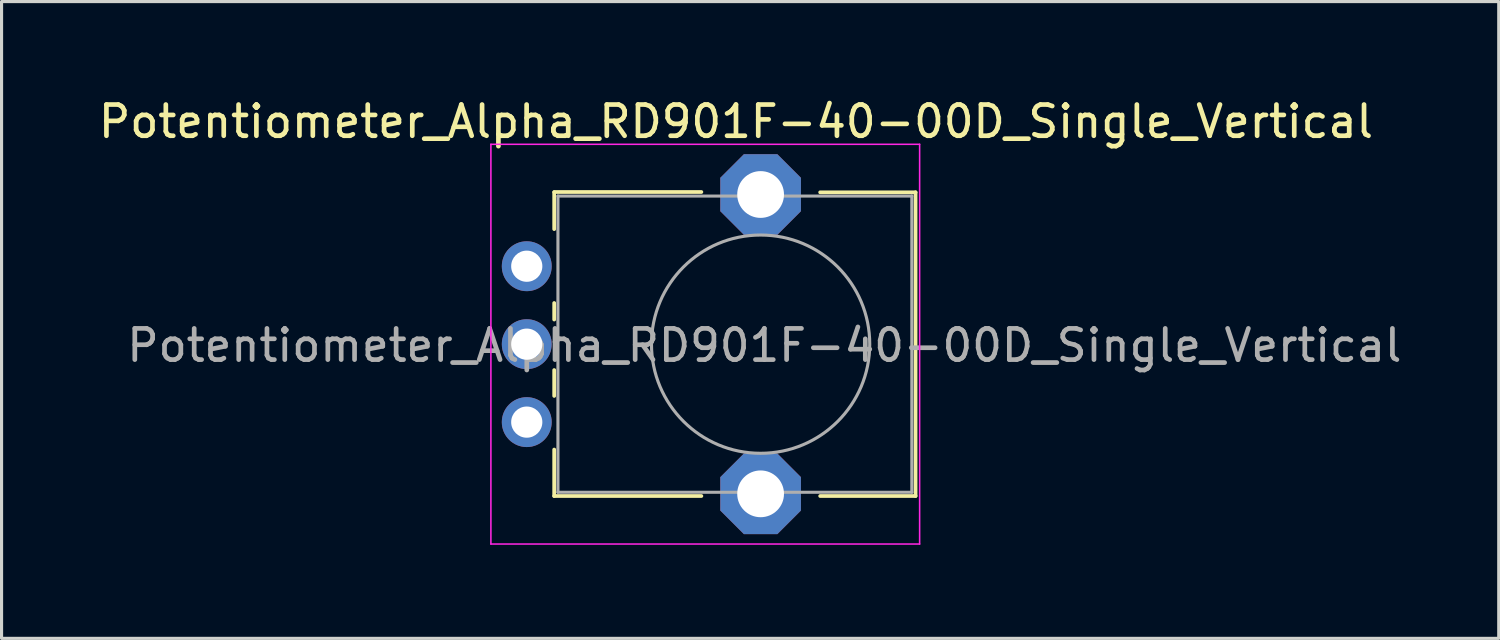
<source format=kicad_pcb>
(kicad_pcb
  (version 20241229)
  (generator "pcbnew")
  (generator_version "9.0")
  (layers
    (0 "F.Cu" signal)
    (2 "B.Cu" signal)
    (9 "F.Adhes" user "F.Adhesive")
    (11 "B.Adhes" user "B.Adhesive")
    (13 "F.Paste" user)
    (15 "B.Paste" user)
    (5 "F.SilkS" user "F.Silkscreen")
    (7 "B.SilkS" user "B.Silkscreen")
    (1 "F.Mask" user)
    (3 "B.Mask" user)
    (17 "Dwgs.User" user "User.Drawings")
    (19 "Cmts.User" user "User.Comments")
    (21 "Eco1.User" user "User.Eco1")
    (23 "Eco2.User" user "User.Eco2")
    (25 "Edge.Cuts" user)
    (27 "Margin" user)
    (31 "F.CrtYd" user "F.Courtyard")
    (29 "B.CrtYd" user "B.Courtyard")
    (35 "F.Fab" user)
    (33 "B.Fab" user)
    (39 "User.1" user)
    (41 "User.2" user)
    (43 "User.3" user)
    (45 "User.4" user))
  (footprint "Potentiometer_Alpha_RD901F-40-00D_Single_Vertical"
    (layer "F.Cu")
    (at 13.844 5.488)
    (property "Reference" "Potentiometer_Alpha_RD901F-40-00D_Single_Vertical" (at 6.71 -4.64 180) (layer "F.SilkS") (effects (font (size 1 1) (thickness 0.15))))
    (attr through_hole)
    (fp_line (start 0.88 -2.38) (end 5.6 -2.38) (stroke (width 0.12) (type solid)) (layer "F.SilkS"))
    (fp_line (start 0.88 -1.19) (end 0.88 -2.37) (stroke (width 0.12) (type solid)) (layer "F.SilkS"))
    (fp_line (start 0.88 1.71) (end 0.88 1.18) (stroke (width 0.12) (type solid)) (layer "F.SilkS"))
    (fp_line (start 0.88 4.16) (end 0.88 3.33) (stroke (width 0.12) (type solid)) (layer "F.SilkS"))
    (fp_line (start 0.88 7.37) (end 0.88 5.88) (stroke (width 0.12) (type solid)) (layer "F.SilkS"))
    (fp_line (start 0.88 7.37) (end 5.6 7.37) (stroke (width 0.12) (type solid)) (layer "F.SilkS"))
    (fp_line (start 9.41 -2.37) (end 12.47 -2.37) (stroke (width 0.12) (type solid)) (layer "F.SilkS"))
    (fp_line (start 9.41 7.37) (end 12.47 7.37) (stroke (width 0.12) (type solid)) (layer "F.SilkS"))
    (fp_line (start 12.47 7.37) (end 12.47 -2.37) (stroke (width 0.12) (type solid)) (layer "F.SilkS"))
    (fp_line (start -1.15 -3.91) (end -1.15 8.91) (stroke (width 0.05) (type solid)) (layer "F.CrtYd"))
    (fp_line (start -1.15 8.91) (end 12.6 8.91) (stroke (width 0.05) (type solid)) (layer "F.CrtYd"))
    (fp_line (start 12.6 -3.91) (end -1.15 -3.91) (stroke (width 0.05) (type solid)) (layer "F.CrtYd"))
    (fp_line (start 12.6 8.91) (end 12.6 -3.91) (stroke (width 0.05) (type solid)) (layer "F.CrtYd"))
    (fp_line (start 1 -2.25) (end 12.35 -2.25) (stroke (width 0.1) (type solid)) (layer "F.Fab"))
    (fp_line (start 1 7.25) (end 1 -2.25) (stroke (width 0.1) (type solid)) (layer "F.Fab"))
    (fp_line (start 1 7.25) (end 12.35 7.25) (stroke (width 0.1) (type solid)) (layer "F.Fab"))
    (fp_line (start 12.35 7.25) (end 12.35 -2.25) (stroke (width 0.1) (type solid)) (layer "F.Fab"))
    (fp_circle (center 7.5 2.5) (end 7.5 -1) (stroke (width 0.1) (type solid)) (fill no) (layer "F.Fab"))
    (fp_text user "${REFERENCE}" (at 7.62 2.54 0) (layer "F.Fab") (effects (font (size 1 1) (thickness 0.15))))
    (pad "" thru_hole custom (at 7.5 -2.3 22.5) (size 1.6 1.6) (drill 1.5) (layers "*.Cu" "*.Mask") (options (anchor circle)) (primitives (gr_poly (pts (xy 1.4 0) (xy 0.99 0.99) (xy 0 1.4) (xy -0.99 0.99) (xy -1.4 0) (xy -0.99 -0.99) (xy 0 -1.4) (xy 0.99 -0.99)) (width 0) (fill yes))))
    (pad "" thru_hole custom (at 7.5 7.3 22.5) (size 1.6 1.6) (drill 1.5) (layers "*.Cu" "*.Mask") (options (anchor circle)) (primitives (gr_poly (pts (xy 1.4 0) (xy 0.99 0.99) (xy 0 1.4) (xy -0.99 0.99) (xy -1.4 0) (xy -0.99 -0.99) (xy 0 -1.4) (xy 0.99 -0.99)) (width 0) (fill yes))))
    (pad "1" thru_hole circle (at 0 0 90) (size 1.6 1.6) (drill 1) (layers "*.Cu" "*.Mask"))
    (pad "2" thru_hole circle (at 0 2.5 90) (size 1.6 1.6) (drill 1) (layers "*.Cu" "*.Mask"))
    (pad "3" thru_hole circle (at 0 5 90) (size 1.6 1.6) (drill 1) (layers "*.Cu" "*.Mask")))
  (gr_rect
    (start -3 -3)
    (end 45.017 17.423)
    (stroke (width 0.1) (type default))
    (fill no)
    (layer "Edge.Cuts")))
</source>
